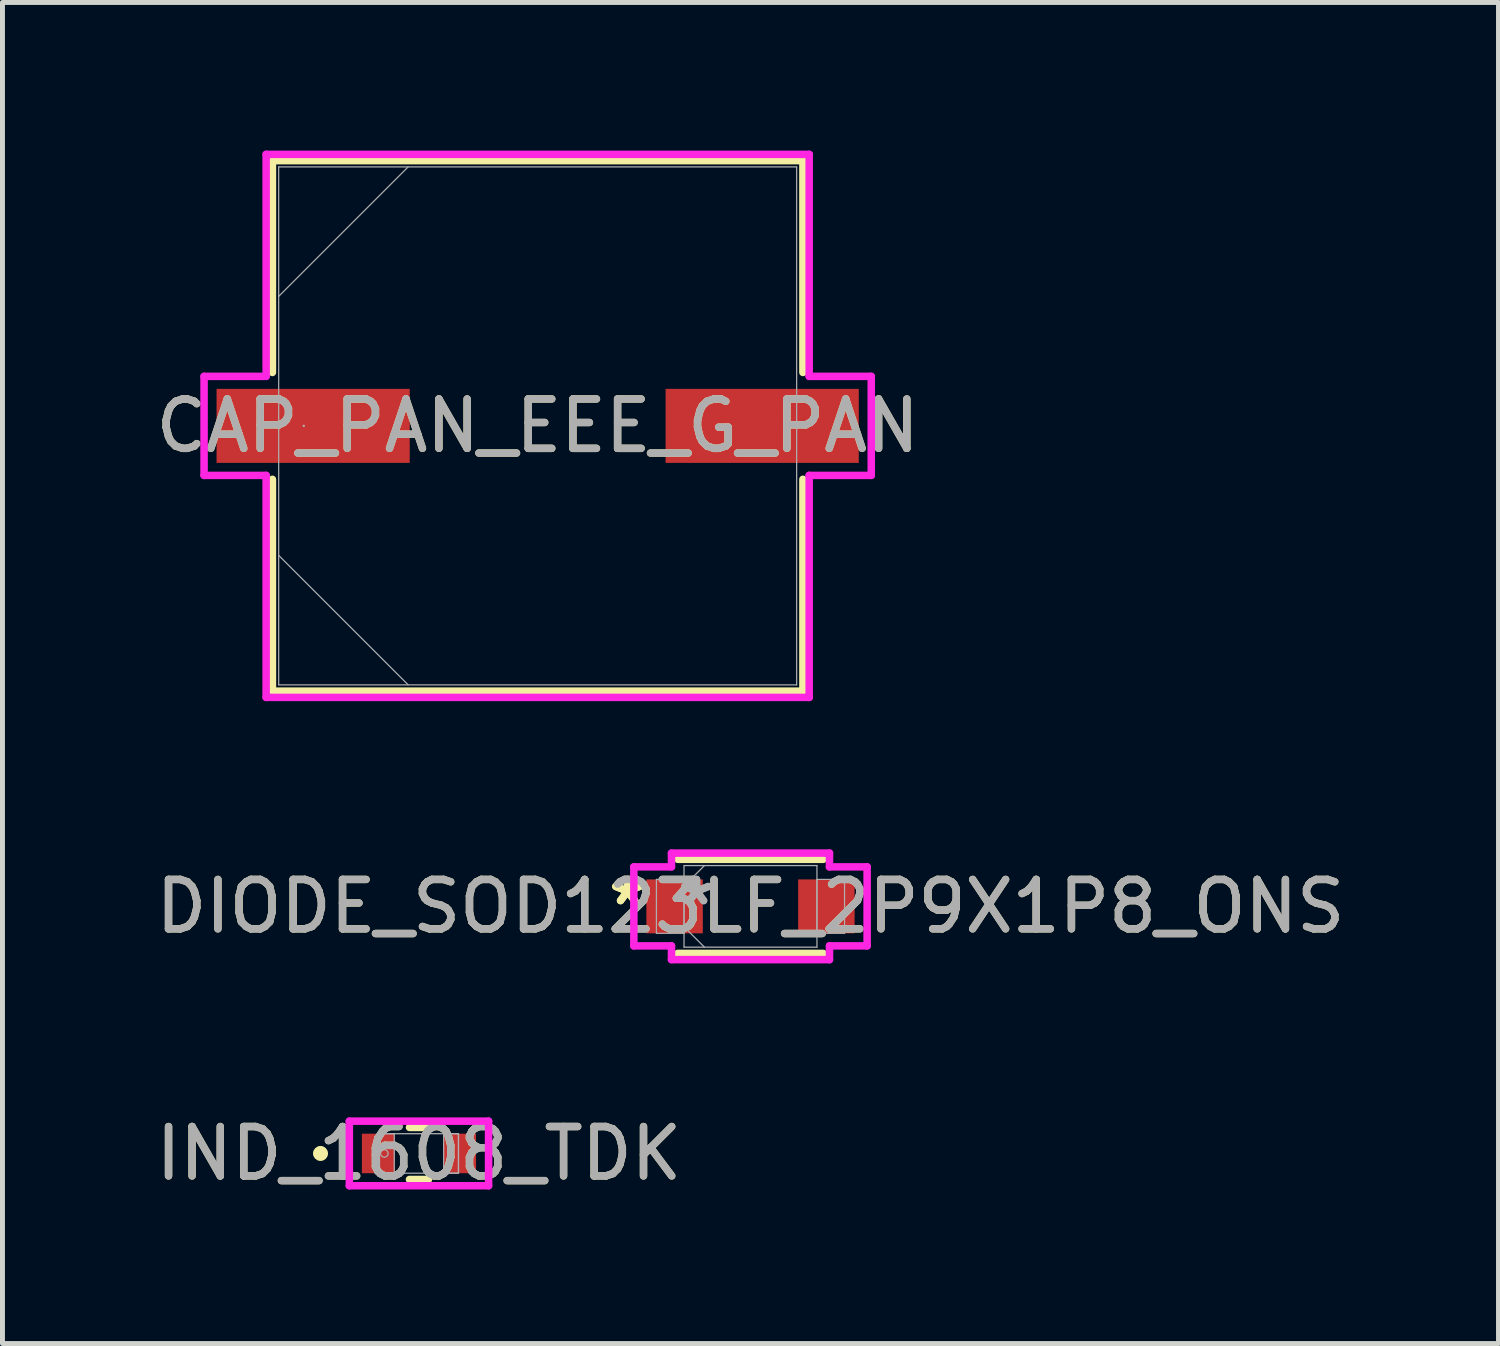
<source format=kicad_pcb>
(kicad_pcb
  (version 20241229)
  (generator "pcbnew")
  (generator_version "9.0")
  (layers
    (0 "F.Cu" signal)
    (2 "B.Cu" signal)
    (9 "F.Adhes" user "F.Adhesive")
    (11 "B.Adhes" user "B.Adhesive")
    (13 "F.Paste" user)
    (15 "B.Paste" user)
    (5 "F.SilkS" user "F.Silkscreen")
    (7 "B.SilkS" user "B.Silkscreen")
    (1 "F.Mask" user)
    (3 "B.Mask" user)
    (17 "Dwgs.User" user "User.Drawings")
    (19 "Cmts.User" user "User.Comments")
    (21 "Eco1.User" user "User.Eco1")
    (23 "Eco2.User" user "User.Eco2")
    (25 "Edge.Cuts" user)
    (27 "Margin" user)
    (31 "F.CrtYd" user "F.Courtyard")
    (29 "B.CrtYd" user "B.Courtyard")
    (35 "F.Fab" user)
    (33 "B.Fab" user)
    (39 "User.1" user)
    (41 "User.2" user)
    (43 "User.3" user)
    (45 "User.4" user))
  (footprint "CAP_PAN_EEE_G_PAN"
    (layer "F.Cu")
    (at 7.839 5.575)
    (property "Reference" "CAP_PAN_EEE_G_PAN" (at 0 0 0) (unlocked yes) (layer "F.SilkS") (effects (font (size 1 1) (thickness 0.15))))
    (attr smd)
    (fp_line (start -5.372 -5.372) (end -5.372 -1.082) (stroke (width 0.152) (type solid)) (layer "F.SilkS"))
    (fp_line (start -5.372 1.082) (end -5.372 5.372) (stroke (width 0.152) (type solid)) (layer "F.SilkS"))
    (fp_line (start -5.372 5.372) (end 5.372 5.372) (stroke (width 0.152) (type solid)) (layer "F.SilkS"))
    (fp_line (start 5.372 -5.372) (end -5.372 -5.372) (stroke (width 0.152) (type solid)) (layer "F.SilkS"))
    (fp_line (start 5.372 -1.082) (end 5.372 -5.372) (stroke (width 0.152) (type solid)) (layer "F.SilkS"))
    (fp_line (start 5.372 5.372) (end 5.372 1.082) (stroke (width 0.152) (type solid)) (layer "F.SilkS"))
    (fp_line (start -6.756 -1.003) (end -5.499 -1.003) (stroke (width 0.152) (type solid)) (layer "F.CrtYd"))
    (fp_line (start -6.756 1.003) (end -6.756 -1.003) (stroke (width 0.152) (type solid)) (layer "F.CrtYd"))
    (fp_line (start -5.499 -5.499) (end 5.499 -5.499) (stroke (width 0.152) (type solid)) (layer "F.CrtYd"))
    (fp_line (start -5.499 -1.003) (end -5.499 -5.499) (stroke (width 0.152) (type solid)) (layer "F.CrtYd"))
    (fp_line (start -5.499 1.003) (end -6.756 1.003) (stroke (width 0.152) (type solid)) (layer "F.CrtYd"))
    (fp_line (start -5.499 5.499) (end -5.499 1.003) (stroke (width 0.152) (type solid)) (layer "F.CrtYd"))
    (fp_line (start 5.499 -5.499) (end 5.499 -1.003) (stroke (width 0.152) (type solid)) (layer "F.CrtYd"))
    (fp_line (start 5.499 -1.003) (end 6.756 -1.003) (stroke (width 0.152) (type solid)) (layer "F.CrtYd"))
    (fp_line (start 5.499 1.003) (end 5.499 5.499) (stroke (width 0.152) (type solid)) (layer "F.CrtYd"))
    (fp_line (start 5.499 5.499) (end -5.499 5.499) (stroke (width 0.152) (type solid)) (layer "F.CrtYd"))
    (fp_line (start 6.756 -1.003) (end 6.756 1.003) (stroke (width 0.152) (type solid)) (layer "F.CrtYd"))
    (fp_line (start 6.756 1.003) (end 5.499 1.003) (stroke (width 0.152) (type solid)) (layer "F.CrtYd"))
    (fp_line (start -5.245 -5.245) (end -5.245 5.245) (stroke (width 0.025) (type solid)) (layer "F.Fab"))
    (fp_line (start -5.245 -2.623) (end -2.623 -5.245) (stroke (width 0.025) (type solid)) (layer "F.Fab"))
    (fp_line (start -5.245 2.623) (end -2.623 5.245) (stroke (width 0.025) (type solid)) (layer "F.Fab"))
    (fp_line (start -5.245 5.245) (end 5.245 5.245) (stroke (width 0.025) (type solid)) (layer "F.Fab"))
    (fp_line (start 5.245 -5.245) (end -5.245 -5.245) (stroke (width 0.025) (type solid)) (layer "F.Fab"))
    (fp_line (start 5.245 5.245) (end 5.245 -5.245) (stroke (width 0.025) (type solid)) (layer "F.Fab"))
    (fp_circle (center -4.737 0) (end -4.737 0) (stroke (width 0.025) (type solid)) (fill no) (layer "F.Fab"))
    (fp_text user "${REFERENCE}" (at 0 0 0) (unlocked yes) (layer "F.Fab") (effects (font (size 1 1) (thickness 0.15))))
    (pad "1" smd rect (at -4.547 0) (size 3.912 1.499) (layers "F.Cu" "F.Mask" "F.Paste"))
    (pad "2" smd rect (at 4.547 0) (size 3.912 1.499) (layers "F.Cu" "F.Mask" "F.Paste"))
    (zone (net_name "") (layer "F.Cu") (hatch full 0.508) (connect_pads) (min_thickness 0.254) (filled_areas_thickness no) (keepout (tracks not_allowed) (vias not_allowed) (pads allowed) (copperpour not_allowed) (footprints allowed)) (placement (enabled no)) (fill) (polygon (pts (xy 2.645 0.381) (xy 13.034 0.381) (xy 13.034 4.775) (xy 2.645 4.775))))
    (zone (net_name "") (layer "F.Cu") (hatch full 0.508) (connect_pads) (min_thickness 0.254) (filled_areas_thickness no) (keepout (tracks not_allowed) (vias not_allowed) (pads allowed) (copperpour not_allowed) (footprints allowed)) (placement (enabled no)) (fill) (polygon (pts (xy 2.645 6.375) (xy 13.034 6.375) (xy 13.034 10.77) (xy 2.645 10.77))))
    (zone (net_name "") (layer "F.Cu") (hatch full 0.508) (connect_pads) (min_thickness 0.254) (filled_areas_thickness no) (keepout (tracks not_allowed) (vias not_allowed) (pads allowed) (copperpour not_allowed) (footprints allowed)) (placement (enabled no)) (fill) (polygon (pts (xy 5.299 4.775) (xy 10.379 4.775) (xy 10.379 6.375) (xy 5.299 6.375)))))
  (footprint "IND_1608_TDK"
    (layer "F.Cu")
    (at 5.435 20.31)
    (property "Reference" "IND_1608_TDK" (at 0 0 0) (unlocked yes) (layer "F.SilkS") (effects (font (size 1 1) (thickness 0.15))))
    (attr smd)
    (fp_line (start -0.192 0.527) (end 0.192 0.527) (stroke (width 0.152) (type solid)) (layer "F.SilkS"))
    (fp_line (start 0.192 -0.527) (end -0.192 -0.527) (stroke (width 0.152) (type solid)) (layer "F.SilkS"))
    (fp_circle (center -1.994 0) (end -1.918 0) (stroke (width 0.152) (type solid)) (fill no) (layer "F.SilkS"))
    (fp_line (start -1.41 -0.654) (end 1.41 -0.654) (stroke (width 0.152) (type solid)) (layer "F.CrtYd"))
    (fp_line (start -1.41 0.654) (end -1.41 -0.654) (stroke (width 0.152) (type solid)) (layer "F.CrtYd"))
    (fp_line (start 1.41 -0.654) (end 1.41 0.654) (stroke (width 0.152) (type solid)) (layer "F.CrtYd"))
    (fp_line (start 1.41 0.654) (end -1.41 0.654) (stroke (width 0.152) (type solid)) (layer "F.CrtYd"))
    (fp_line (start -0.8 -0.4) (end -0.8 0.4) (stroke (width 0.025) (type solid)) (layer "F.Fab"))
    (fp_line (start -0.8 -0.4) (end -0.8 0.4) (stroke (width 0.025) (type solid)) (layer "F.Fab"))
    (fp_line (start -0.8 0.4) (end -0.5 0.4) (stroke (width 0.025) (type solid)) (layer "F.Fab"))
    (fp_line (start -0.8 0.4) (end 0.8 0.4) (stroke (width 0.025) (type solid)) (layer "F.Fab"))
    (fp_line (start -0.5 -0.4) (end -0.8 -0.4) (stroke (width 0.025) (type solid)) (layer "F.Fab"))
    (fp_line (start -0.5 0.4) (end -0.5 -0.4) (stroke (width 0.025) (type solid)) (layer "F.Fab"))
    (fp_line (start 0.5 -0.4) (end 0.5 0.4) (stroke (width 0.025) (type solid)) (layer "F.Fab"))
    (fp_line (start 0.5 0.4) (end 0.8 0.4) (stroke (width 0.025) (type solid)) (layer "F.Fab"))
    (fp_line (start 0.8 -0.4) (end -0.8 -0.4) (stroke (width 0.025) (type solid)) (layer "F.Fab"))
    (fp_line (start 0.8 -0.4) (end 0.5 -0.4) (stroke (width 0.025) (type solid)) (layer "F.Fab"))
    (fp_line (start 0.8 0.4) (end 0.8 -0.4) (stroke (width 0.025) (type solid)) (layer "F.Fab"))
    (fp_line (start 0.8 0.4) (end 0.8 -0.4) (stroke (width 0.025) (type solid)) (layer "F.Fab"))
    (fp_circle (center -0.701 0) (end -0.625 0) (stroke (width 0.025) (type solid)) (fill no) (layer "F.Fab"))
    (fp_text user "${REFERENCE}" (at 0 0 0) (unlocked yes) (layer "F.Fab") (effects (font (size 1 1) (thickness 0.15))))
    (pad "1" smd rect (at -0.828 0) (size 0.656 0.8) (layers "F.Cu" "F.Mask" "F.Paste"))
    (pad "2" smd rect (at 0.828 0) (size 0.656 0.8) (layers "F.Cu" "F.Mask" "F.Paste"))
    (zone (net_name "") (layer "F.Cu") (hatch full 0.508) (connect_pads) (min_thickness 0.254) (filled_areas_thickness no) (keepout (tracks not_allowed) (vias not_allowed) (pads allowed) (copperpour not_allowed) (footprints allowed)) (placement (enabled no)) (fill) (polygon (pts (xy 4.985 19.961) (xy 5.884 19.961) (xy 5.884 20.659) (xy 4.985 20.659)))))
  (footprint "DIODE_SOD123LF_2P9X1P8_ONS"
    (layer "F.Cu")
    (at 12.149 15.306)
    (property "Reference" "DIODE_SOD123LF_2P9X1P8_ONS" (at 0 0 0) (unlocked yes) (layer "F.SilkS") (effects (font (size 1 1) (thickness 0.15))))
    (attr smd)
    (fp_line (start -1.473 0.953) (end 1.473 0.953) (stroke (width 0.152) (type solid)) (layer "F.SilkS"))
    (fp_line (start 1.473 -0.953) (end -1.473 -0.953) (stroke (width 0.152) (type solid)) (layer "F.SilkS"))
    (fp_line (start -2.362 -0.8) (end -1.6 -0.8) (stroke (width 0.152) (type solid)) (layer "F.CrtYd"))
    (fp_line (start -2.362 0.8) (end -2.362 -0.8) (stroke (width 0.152) (type solid)) (layer "F.CrtYd"))
    (fp_line (start -1.6 -1.079) (end 1.6 -1.079) (stroke (width 0.152) (type solid)) (layer "F.CrtYd"))
    (fp_line (start -1.6 -0.8) (end -1.6 -1.079) (stroke (width 0.152) (type solid)) (layer "F.CrtYd"))
    (fp_line (start -1.6 0.8) (end -2.362 0.8) (stroke (width 0.152) (type solid)) (layer "F.CrtYd"))
    (fp_line (start -1.6 1.079) (end -1.6 0.8) (stroke (width 0.152) (type solid)) (layer "F.CrtYd"))
    (fp_line (start 1.6 -1.079) (end 1.6 -0.8) (stroke (width 0.152) (type solid)) (layer "F.CrtYd"))
    (fp_line (start 1.6 -0.8) (end 2.362 -0.8) (stroke (width 0.152) (type solid)) (layer "F.CrtYd"))
    (fp_line (start 1.6 0.8) (end 1.6 1.079) (stroke (width 0.152) (type solid)) (layer "F.CrtYd"))
    (fp_line (start 1.6 1.079) (end -1.6 1.079) (stroke (width 0.152) (type solid)) (layer "F.CrtYd"))
    (fp_line (start 2.362 -0.8) (end 2.362 0.8) (stroke (width 0.152) (type solid)) (layer "F.CrtYd"))
    (fp_line (start 2.362 0.8) (end 1.6 0.8) (stroke (width 0.152) (type solid)) (layer "F.CrtYd"))
    (fp_line (start -1.905 -0.546) (end -1.905 0.546) (stroke (width 0.025) (type solid)) (layer "F.Fab"))
    (fp_line (start -1.905 0.546) (end -1.346 0.546) (stroke (width 0.025) (type solid)) (layer "F.Fab"))
    (fp_line (start -1.346 -0.826) (end -1.346 0.826) (stroke (width 0.025) (type solid)) (layer "F.Fab"))
    (fp_line (start -1.346 -0.546) (end -1.905 -0.546) (stroke (width 0.025) (type solid)) (layer "F.Fab"))
    (fp_line (start -1.346 -0.413) (end -0.933 -0.826) (stroke (width 0.025) (type solid)) (layer "F.Fab"))
    (fp_line (start -1.346 0.413) (end -0.933 0.826) (stroke (width 0.025) (type solid)) (layer "F.Fab"))
    (fp_line (start -1.346 0.546) (end -1.346 -0.546) (stroke (width 0.025) (type solid)) (layer "F.Fab"))
    (fp_line (start -1.346 0.826) (end 1.346 0.826) (stroke (width 0.025) (type solid)) (layer "F.Fab"))
    (fp_line (start 1.346 -0.826) (end -1.346 -0.826) (stroke (width 0.025) (type solid)) (layer "F.Fab"))
    (fp_line (start 1.346 -0.546) (end 1.346 0.546) (stroke (width 0.025) (type solid)) (layer "F.Fab"))
    (fp_line (start 1.346 0.546) (end 1.905 0.546) (stroke (width 0.025) (type solid)) (layer "F.Fab"))
    (fp_line (start 1.346 0.826) (end 1.346 -0.826) (stroke (width 0.025) (type solid)) (layer "F.Fab"))
    (fp_line (start 1.905 -0.546) (end 1.346 -0.546) (stroke (width 0.025) (type solid)) (layer "F.Fab"))
    (fp_line (start 1.905 0.546) (end 1.905 -0.546) (stroke (width 0.025) (type solid)) (layer "F.Fab"))
    (fp_text user "*" (at -2.489 0 0) (unlocked yes) (layer "F.SilkS") (effects (font (size 1 1) (thickness 0.15))))
    (fp_text user "*" (at -2.489 0 0) (layer "F.SilkS") (effects (font (size 1 1) (thickness 0.15))))
    (fp_text user "*" (at -1.092 0 0) (layer "F.Fab") (effects (font (size 1 1) (thickness 0.15))))
    (fp_text user "${REFERENCE}" (at 0 0 0) (unlocked yes) (layer "F.Fab") (effects (font (size 1 1) (thickness 0.15))))
    (fp_text user "*" (at -1.092 0 0) (unlocked yes) (layer "F.Fab") (effects (font (size 1 1) (thickness 0.15))))
    (pad "1" smd rect (at -1.537 0) (size 1.143 1.092) (layers "F.Cu" "F.Mask" "F.Paste"))
    (pad "2" smd rect (at 1.537 0) (size 1.143 1.092) (layers "F.Cu" "F.Mask" "F.Paste"))
    (zone (net_name "") (layer "F.Cu") (hatch full 0.508) (connect_pads) (min_thickness 0.254) (filled_areas_thickness no) (keepout (tracks not_allowed) (vias not_allowed) (pads allowed) (copperpour not_allowed) (footprints allowed)) (placement (enabled no)) (fill) (polygon (pts (xy 11.234 14.532) (xy 13.063 14.532) (xy 13.063 16.081) (xy 11.234 16.081)))))
  (gr_rect
    (start -3 -3)
    (end 27.298 24.159)
    (stroke (width 0.1) (type default))
    (fill no)
    (layer "Edge.Cuts")))
</source>
